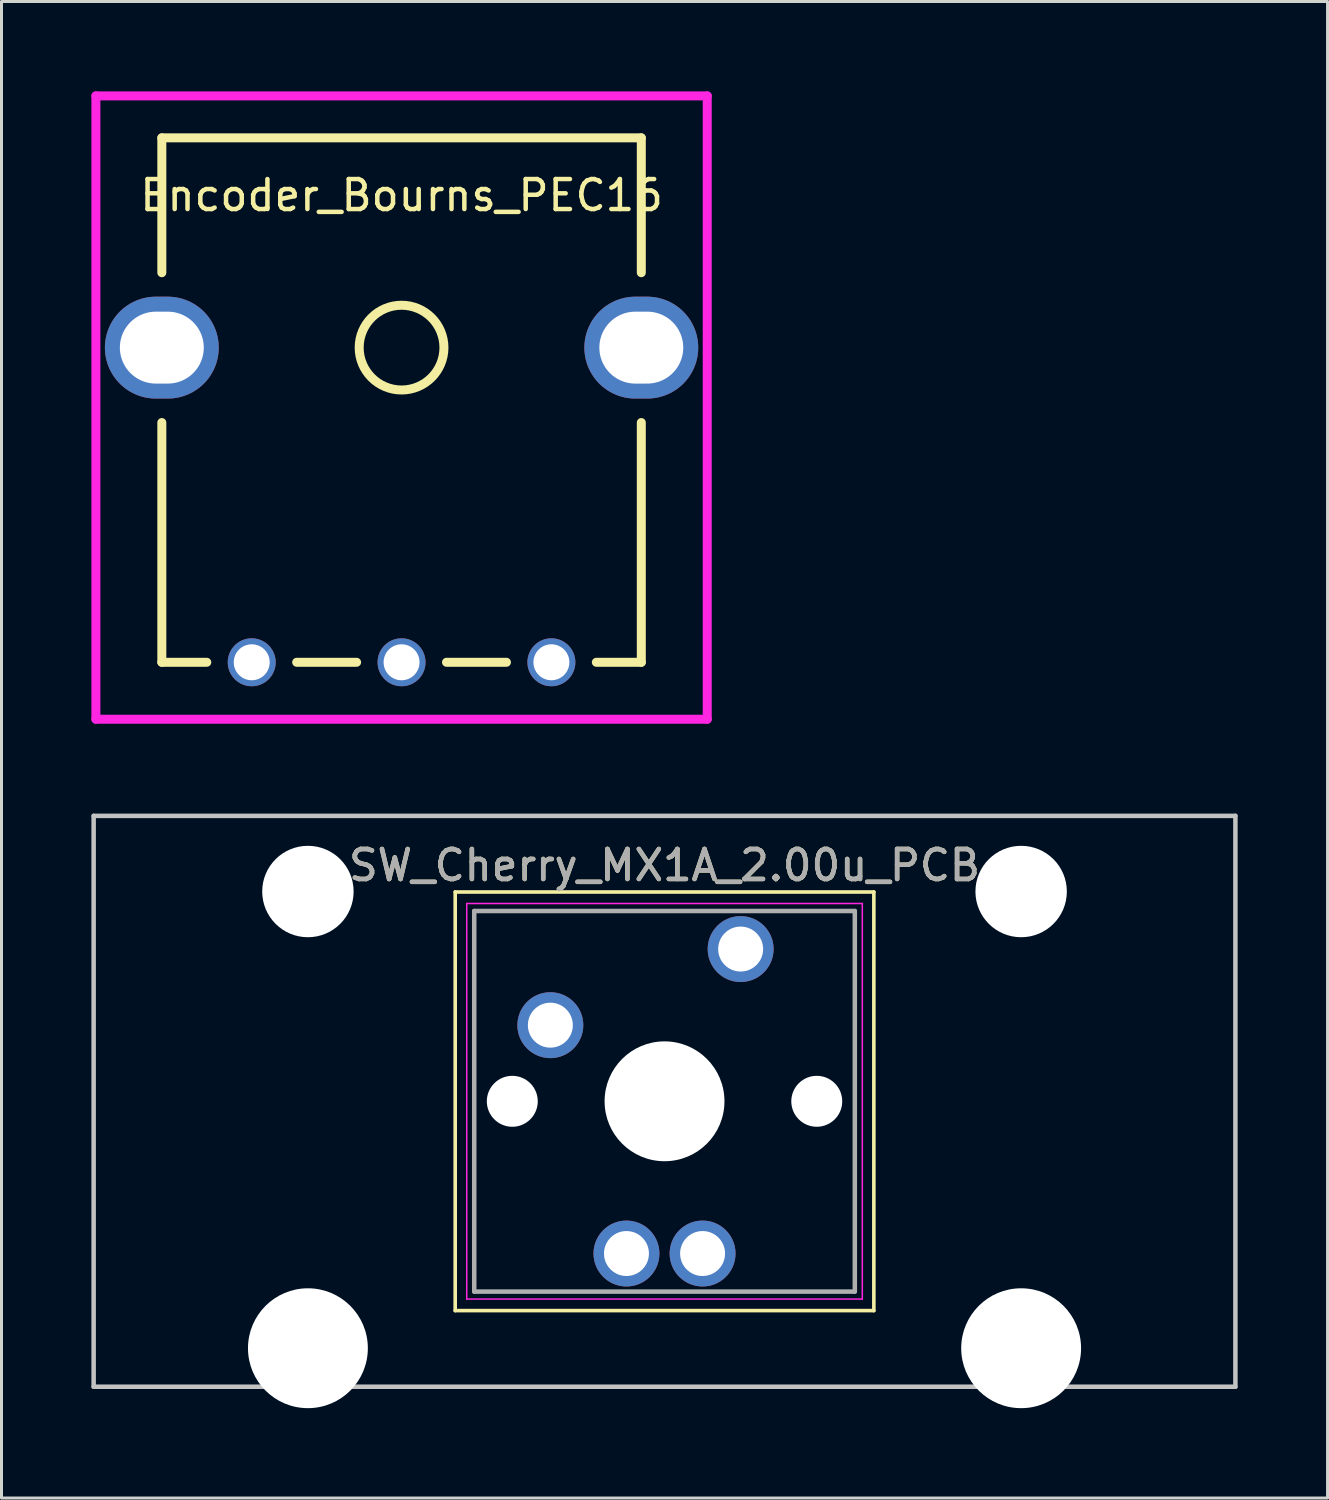
<source format=kicad_pcb>
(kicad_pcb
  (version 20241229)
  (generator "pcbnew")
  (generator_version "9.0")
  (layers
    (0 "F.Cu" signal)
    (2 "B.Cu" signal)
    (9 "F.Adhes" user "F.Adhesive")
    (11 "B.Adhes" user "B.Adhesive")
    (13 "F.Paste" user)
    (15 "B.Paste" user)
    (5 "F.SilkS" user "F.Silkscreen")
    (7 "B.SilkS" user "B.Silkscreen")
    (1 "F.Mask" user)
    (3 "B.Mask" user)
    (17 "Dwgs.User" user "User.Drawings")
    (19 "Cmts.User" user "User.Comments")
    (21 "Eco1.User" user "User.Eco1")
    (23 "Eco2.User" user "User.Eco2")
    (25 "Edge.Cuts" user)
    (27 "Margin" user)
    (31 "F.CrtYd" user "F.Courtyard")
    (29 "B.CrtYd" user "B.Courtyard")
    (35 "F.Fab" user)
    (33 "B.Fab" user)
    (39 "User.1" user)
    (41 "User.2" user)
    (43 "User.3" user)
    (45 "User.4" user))
  (footprint "Encoder_Bourns_PEC16"
    (layer "F.Cu")
    (at 10.35 8.55)
    (property "Reference" "Encoder_Bourns_PEC16" (at 0 -5.08 0) (layer "F.SilkS") (effects (font (size 1 1) (thickness 0.15))))
    (attr through_hole)
    (fp_line (start -8 -7) (end 8 -7) (stroke (width 0.3) (type solid)) (layer "F.SilkS"))
    (fp_line (start -8 -2.5) (end -8 -7) (stroke (width 0.3) (type solid)) (layer "F.SilkS"))
    (fp_line (start -8 10.5) (end -8 2.5) (stroke (width 0.3) (type solid)) (layer "F.SilkS"))
    (fp_line (start -6.5 10.5) (end -8 10.5) (stroke (width 0.3) (type solid)) (layer "F.SilkS"))
    (fp_line (start -1.5 10.5) (end -3.5 10.5) (stroke (width 0.3) (type solid)) (layer "F.SilkS"))
    (fp_line (start 3.5 10.5) (end 1.5 10.5) (stroke (width 0.3) (type solid)) (layer "F.SilkS"))
    (fp_line (start 8 -7) (end 8 -2.5) (stroke (width 0.3) (type solid)) (layer "F.SilkS"))
    (fp_line (start 8 2.5) (end 8 10.5) (stroke (width 0.3) (type solid)) (layer "F.SilkS"))
    (fp_line (start 8 10.5) (end 6.5 10.5) (stroke (width 0.3) (type solid)) (layer "F.SilkS"))
    (fp_circle (center 0 0) (end -1 -1) (stroke (width 0.3) (type solid)) (fill no) (layer "F.SilkS"))
    (fp_line (start -10.2 -8.4) (end -10.2 12.4) (stroke (width 0.3) (type solid)) (layer "F.CrtYd"))
    (fp_line (start -10.2 12.4) (end 10.2 12.4) (stroke (width 0.3) (type solid)) (layer "F.CrtYd"))
    (fp_line (start 10.2 -8.4) (end -10.2 -8.4) (stroke (width 0.3) (type solid)) (layer "F.CrtYd"))
    (fp_line (start 10.2 12.4) (end 10.2 -8.4) (stroke (width 0.3) (type solid)) (layer "F.CrtYd"))
    (pad "" thru_hole oval (at -8 0) (size 3.8 3.4) (drill oval 2.8 2.4) (layers "*.Cu" "*.Mask"))
    (pad "" thru_hole oval (at 8 0) (size 3.8 3.4) (drill oval 2.8 2.4) (layers "*.Cu" "*.Mask"))
    (pad "A" thru_hole circle (at -5 10.5) (size 1.6 1.6) (drill 1.2) (layers "*.Cu" "*.Mask"))
    (pad "B" thru_hole circle (at 5 10.5) (size 1.6 1.6) (drill 1.2) (layers "*.Cu" "*.Mask"))
    (pad "C" thru_hole circle (at 0 10.5) (size 1.6 1.6) (drill 1.2) (layers "*.Cu" "*.Mask")))
  (footprint "SW_Cherry_MX1A_2.00u_PCB"
    (layer "F.Cu")
    (at 19.125 33.7)
    (property "Reference" "SW_Cherry_MX1A_2.00u_PCB" (at 0 -7.874 0) (layer "F.SilkS") (effects (font (size 1 1) (thickness 0.15))))
    (attr through_hole)
    (fp_line (start -6.985 -6.985) (end 6.985 -6.985) (stroke (width 0.12) (type solid)) (layer "F.SilkS"))
    (fp_line (start -6.985 6.985) (end -6.985 -6.985) (stroke (width 0.12) (type solid)) (layer "F.SilkS"))
    (fp_line (start 6.985 -6.985) (end 6.985 6.985) (stroke (width 0.12) (type solid)) (layer "F.SilkS"))
    (fp_line (start 6.985 6.985) (end -6.985 6.985) (stroke (width 0.12) (type solid)) (layer "F.SilkS"))
    (fp_line (start -19.05 -9.525) (end 19.05 -9.525) (stroke (width 0.15) (type solid)) (layer "Dwgs.User"))
    (fp_line (start -19.05 9.525) (end -19.05 -9.525) (stroke (width 0.15) (type solid)) (layer "Dwgs.User"))
    (fp_line (start 19.05 -9.525) (end 19.05 9.525) (stroke (width 0.15) (type solid)) (layer "Dwgs.User"))
    (fp_line (start 19.05 9.525) (end -19.05 9.525) (stroke (width 0.15) (type solid)) (layer "Dwgs.User"))
    (fp_line (start -6.6 -6.6) (end 6.6 -6.6) (stroke (width 0.05) (type solid)) (layer "F.CrtYd"))
    (fp_line (start -6.6 6.6) (end -6.6 -6.6) (stroke (width 0.05) (type solid)) (layer "F.CrtYd"))
    (fp_line (start 6.6 -6.6) (end 6.6 6.6) (stroke (width 0.05) (type solid)) (layer "F.CrtYd"))
    (fp_line (start 6.6 6.6) (end -6.6 6.6) (stroke (width 0.05) (type solid)) (layer "F.CrtYd"))
    (fp_line (start -6.35 -6.35) (end 6.35 -6.35) (stroke (width 0.15) (type solid)) (layer "F.Fab"))
    (fp_line (start -6.35 6.35) (end -6.35 -6.35) (stroke (width 0.15) (type solid)) (layer "F.Fab"))
    (fp_line (start 6.35 -6.35) (end 6.35 6.35) (stroke (width 0.15) (type solid)) (layer "F.Fab"))
    (fp_line (start 6.35 6.35) (end -6.35 6.35) (stroke (width 0.15) (type solid)) (layer "F.Fab"))
    (fp_text user "${REFERENCE}" (at 0 -7.874 0) (layer "F.Fab") (effects (font (size 1 1) (thickness 0.15))))
    (pad "" np_thru_hole circle (at -11.9 -7) (size 3.05 3.05) (drill 3.05) (layers "*.Cu" "*.Mask"))
    (pad "" np_thru_hole circle (at -11.9 8.24) (size 4 4) (drill 4) (layers "*.Cu" "*.Mask"))
    (pad "" np_thru_hole circle (at -5.08 0) (size 1.7 1.7) (drill 1.7) (layers "*.Cu" "*.Mask"))
    (pad "" np_thru_hole circle (at 0 0) (size 4 4) (drill 4) (layers "*.Cu" "*.Mask"))
    (pad "" np_thru_hole circle (at 5.08 0) (size 1.7 1.7) (drill 1.7) (layers "*.Cu" "*.Mask"))
    (pad "" np_thru_hole circle (at 11.9 -7) (size 3.05 3.05) (drill 3.05) (layers "*.Cu" "*.Mask"))
    (pad "" np_thru_hole circle (at 11.9 8.24) (size 4 4) (drill 4) (layers "*.Cu" "*.Mask"))
    (pad "1" thru_hole circle (at 2.54 -5.08) (size 2.2 2.2) (drill 1.5) (layers "*.Cu" "*.Mask"))
    (pad "2" thru_hole circle (at -3.81 -2.54) (size 2.2 2.2) (drill 1.5) (layers "*.Cu" "*.Mask"))
    (pad "3" thru_hole circle (at -1.27 5.08) (size 2.2 2.2) (drill 1.5) (layers "*.Cu" "*.Mask"))
    (pad "4" thru_hole circle (at 1.27 5.08) (size 2.2 2.2) (drill 1.5) (layers "*.Cu" "*.Mask")))
  (gr_rect
    (start -3 -3)
    (end 41.25 46.94)
    (stroke (width 0.1) (type default))
    (fill no)
    (layer "Edge.Cuts")))
</source>
